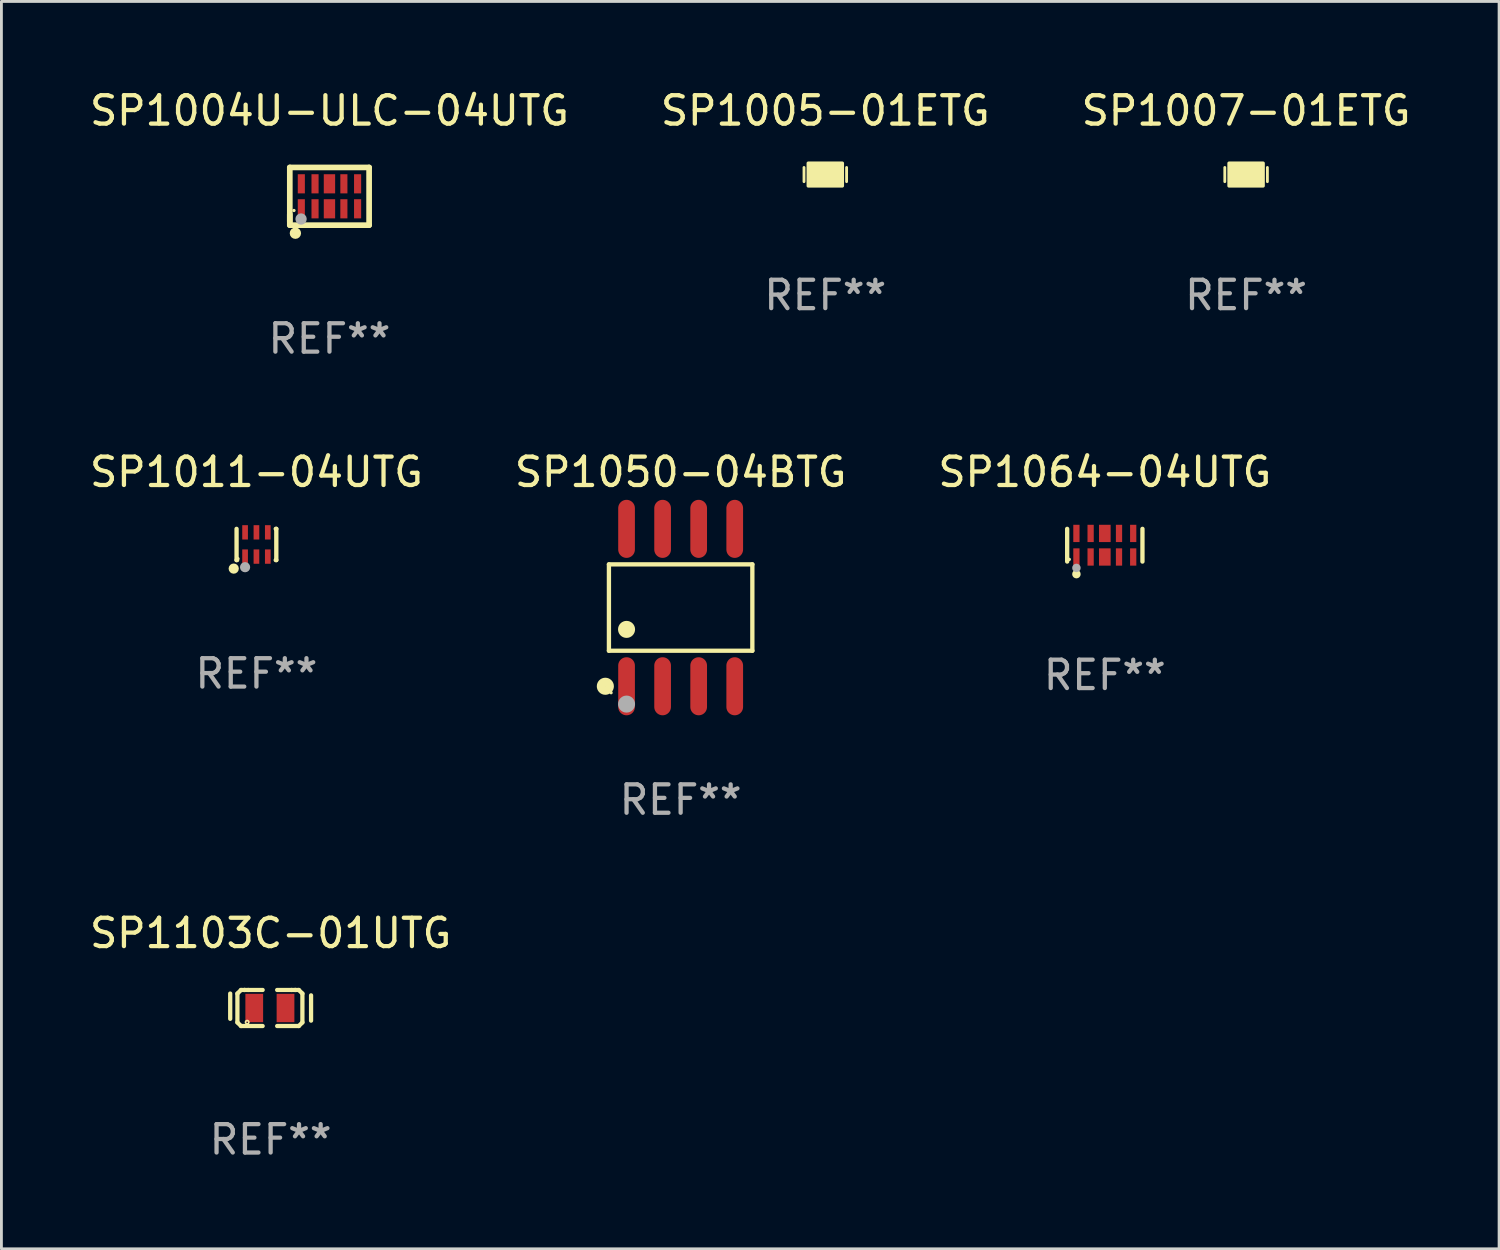
<source format=kicad_pcb>
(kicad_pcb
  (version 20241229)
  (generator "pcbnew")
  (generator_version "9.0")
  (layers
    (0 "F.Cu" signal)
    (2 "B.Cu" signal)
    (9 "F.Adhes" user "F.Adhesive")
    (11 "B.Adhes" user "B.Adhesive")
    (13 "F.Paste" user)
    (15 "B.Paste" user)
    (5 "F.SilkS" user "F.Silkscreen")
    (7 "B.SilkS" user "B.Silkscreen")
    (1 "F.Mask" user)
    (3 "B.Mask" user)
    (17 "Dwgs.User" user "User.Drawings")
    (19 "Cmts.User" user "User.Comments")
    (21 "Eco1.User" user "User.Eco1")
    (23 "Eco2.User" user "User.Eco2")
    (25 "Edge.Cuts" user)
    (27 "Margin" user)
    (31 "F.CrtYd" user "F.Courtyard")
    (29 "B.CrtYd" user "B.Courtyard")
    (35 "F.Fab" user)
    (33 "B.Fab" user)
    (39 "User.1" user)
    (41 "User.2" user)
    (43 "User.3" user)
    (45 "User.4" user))
  (footprint "SP1064-04UTG"
    (layer "F.Cu")
    (at 35.863 16.153)
    (property "Reference" "SP1064-04UTG" (at 0 -2.576 0) (layer "F.SilkS") (effects (font (size 1 1) (thickness 0.15))))
    (attr through_hole)
    (fp_line (start -1.326 0.576) (end -1.326 -0.576) (stroke (width 0.152) (type solid)) (layer "F.SilkS"))
    (fp_line (start 1.326 0.576) (end 1.326 -0.576) (stroke (width 0.152) (type solid)) (layer "F.SilkS"))
    (fp_circle (center -1.25 0.5) (end -1.22 0.5) (stroke (width 0.06) (type solid)) (fill no) (layer "F.SilkS"))
    (fp_circle (center -1 1.019) (end -0.925 1.019) (stroke (width 0.15) (type solid)) (fill no) (layer "F.SilkS"))
    (fp_circle (center -1 0.8) (end -0.925 0.8) (stroke (width 0.15) (type solid)) (fill no) (layer "F.Fab"))
    (fp_text user "REF**" (at 0 4.576 0) (layer "F.Fab") (effects (font (size 1 1) (thickness 0.15))))
    (pad "1" smd rect (at -1 0.415) (size 0.22 0.609) (layers "F.Cu" "F.Mask" "F.Paste"))
    (pad "2" smd rect (at -0.5 0.415) (size 0.22 0.609) (layers "F.Cu" "F.Mask" "F.Paste"))
    (pad "3" smd rect (at 0 0.415) (size 0.41 0.609) (layers "F.Cu" "F.Mask" "F.Paste"))
    (pad "4" smd rect (at 0.5 0.415) (size 0.22 0.609) (layers "F.Cu" "F.Mask" "F.Paste"))
    (pad "5" smd rect (at 1 0.415) (size 0.22 0.609) (layers "F.Cu" "F.Mask" "F.Paste"))
    (pad "6" smd rect (at 1 -0.415) (size 0.22 0.609) (layers "F.Cu" "F.Mask" "F.Paste"))
    (pad "7" smd rect (at 0.5 -0.415) (size 0.22 0.609) (layers "F.Cu" "F.Mask" "F.Paste"))
    (pad "8" smd rect (at 0 -0.415) (size 0.41 0.609) (layers "F.Cu" "F.Mask" "F.Paste"))
    (pad "9" smd rect (at -0.5 -0.415) (size 0.22 0.609) (layers "F.Cu" "F.Mask" "F.Paste"))
    (pad "10" smd rect (at -1 -0.415) (size 0.22 0.609) (layers "F.Cu" "F.Mask" "F.Paste")))
  (footprint "SP1005-01ETG"
    (layer "F.Cu")
    (at 26.018 3.098)
    (property "Reference" "SP1005-01ETG" (at 0 -2.25 0) (layer "F.SilkS") (effects (font (size 1 1) (thickness 0.15))))
    (attr through_hole)
    (fp_line (start -0.75 0.25) (end -0.75 -0.25) (stroke (width 0.1) (type solid)) (layer "F.SilkS"))
    (fp_line (start 0.75 -0.25) (end 0.75 0.25) (stroke (width 0.1) (type solid)) (layer "F.SilkS"))
    (fp_circle (center -0.5 0.3) (end -0.47 0.3) (stroke (width 0.06) (type solid)) (fill no) (layer "F.SilkS"))
    (fp_poly (pts (xy -0.6 -0.4) (xy 0.6 -0.4) (xy 0.6 0.4) (xy -0.6 0.4)) (stroke (width 0.12) (type solid)) (fill yes) (layer "F.SilkS"))
    (fp_text user "REF**" (at 0 4.25 0) (layer "F.Fab") (effects (font (size 1 1) (thickness 0.15))))
    (pad "1" smd rect (at -0.325 -0.000013) (size 0.3 0.6) (layers "F.Cu" "F.Mask" "F.Paste"))
    (pad "2" smd rect (at 0.325 -0.000013) (size 0.3 0.6) (layers "F.Cu" "F.Mask" "F.Paste")))
  (footprint "SP1007-01ETG"
    (layer "F.Cu")
    (at 40.839 3.098)
    (property "Reference" "SP1007-01ETG" (at 0 -2.25 0) (layer "F.SilkS") (effects (font (size 1 1) (thickness 0.15))))
    (attr through_hole)
    (fp_line (start -0.75 0.25) (end -0.75 -0.25) (stroke (width 0.1) (type solid)) (layer "F.SilkS"))
    (fp_line (start 0.75 -0.25) (end 0.75 0.25) (stroke (width 0.1) (type solid)) (layer "F.SilkS"))
    (fp_circle (center -0.5 0.3) (end -0.47 0.3) (stroke (width 0.06) (type solid)) (fill no) (layer "F.SilkS"))
    (fp_poly (pts (xy -0.6 -0.4) (xy 0.6 -0.4) (xy 0.6 0.4) (xy -0.6 0.4)) (stroke (width 0.12) (type solid)) (fill yes) (layer "F.SilkS"))
    (fp_text user "REF**" (at 0 4.25 0) (layer "F.Fab") (effects (font (size 1 1) (thickness 0.15))))
    (pad "1" smd rect (at -0.325 -0.000013) (size 0.3 0.6) (layers "F.Cu" "F.Mask" "F.Paste"))
    (pad "2" smd rect (at 0.325 -0.000013) (size 0.3 0.6) (layers "F.Cu" "F.Mask" "F.Paste")))
  (footprint "SP1050-04BTG"
    (layer "F.Cu")
    (at 20.923 18.349)
    (property "Reference" "SP1050-04BTG" (at 0 -4.772 0) (layer "F.SilkS") (effects (font (size 1 1) (thickness 0.15))))
    (attr through_hole)
    (fp_line (start -2.526 -1.521) (end 2.526 -1.521) (stroke (width 0.152) (type solid)) (layer "F.SilkS"))
    (fp_line (start -2.526 1.521) (end -2.526 -1.521) (stroke (width 0.152) (type solid)) (layer "F.SilkS"))
    (fp_line (start 2.526 -1.521) (end 2.526 1.521) (stroke (width 0.152) (type solid)) (layer "F.SilkS"))
    (fp_line (start 2.526 1.521) (end -2.526 1.521) (stroke (width 0.152) (type solid)) (layer "F.SilkS"))
    (fp_circle (center -2.652 2.772) (end -2.501 2.772) (stroke (width 0.3) (type solid)) (fill no) (layer "F.SilkS"))
    (fp_circle (center -2.45 3) (end -2.42 3) (stroke (width 0.06) (type solid)) (fill no) (layer "F.SilkS"))
    (fp_circle (center -1.905 0.769) (end -1.755 0.769) (stroke (width 0.3) (type solid)) (fill no) (layer "F.SilkS"))
    (fp_circle (center -1.905 3.4) (end -1.755 3.4) (stroke (width 0.3) (type solid)) (fill no) (layer "F.Fab"))
    (fp_text user "REF**" (at 0 6.772 0) (layer "F.Fab") (effects (font (size 1 1) (thickness 0.15))))
    (pad "1" smd oval (at -1.905 2.772) (size 0.588 2.045) (layers "F.Cu" "F.Mask" "F.Paste"))
    (pad "2" smd oval (at -0.635 2.772) (size 0.588 2.045) (layers "F.Cu" "F.Mask" "F.Paste"))
    (pad "3" smd oval (at 0.635 2.772) (size 0.588 2.045) (layers "F.Cu" "F.Mask" "F.Paste"))
    (pad "4" smd oval (at 1.905 2.772) (size 0.588 2.045) (layers "F.Cu" "F.Mask" "F.Paste"))
    (pad "5" smd oval (at 1.905 -2.772) (size 0.588 2.045) (layers "F.Cu" "F.Mask" "F.Paste"))
    (pad "6" smd oval (at 0.635 -2.772) (size 0.588 2.045) (layers "F.Cu" "F.Mask" "F.Paste"))
    (pad "7" smd oval (at -0.635 -2.772) (size 0.588 2.045) (layers "F.Cu" "F.Mask" "F.Paste"))
    (pad "8" smd oval (at -1.905 -2.772) (size 0.588 2.045) (layers "F.Cu" "F.Mask" "F.Paste")))
  (footprint "SP1011-04UTG"
    (layer "F.Cu")
    (at 5.982 16.127)
    (property "Reference" "SP1011-04UTG" (at 0 -2.55 0) (layer "F.SilkS") (effects (font (size 1 1) (thickness 0.15))))
    (attr through_hole)
    (fp_line (start -0.7 -0.55) (end -0.7 0.55) (stroke (width 0.152) (type solid)) (layer "F.SilkS"))
    (fp_line (start -0.7 0.55) (end -0.68 0.55) (stroke (width 0.152) (type solid)) (layer "F.SilkS"))
    (fp_line (start 0.68 0.55) (end 0.7 0.55) (stroke (width 0.152) (type solid)) (layer "F.SilkS"))
    (fp_line (start 0.7 -0.55) (end 0.68 -0.55) (stroke (width 0.152) (type solid)) (layer "F.SilkS"))
    (fp_line (start 0.7 0.55) (end 0.7 -0.55) (stroke (width 0.152) (type solid)) (layer "F.SilkS"))
    (fp_circle (center -0.8 0.85) (end -0.71 0.85) (stroke (width 0.18) (type solid)) (fill no) (layer "F.SilkS"))
    (fp_circle (center -0.65 0.5) (end -0.62 0.5) (stroke (width 0.06) (type solid)) (fill no) (layer "F.SilkS"))
    (fp_circle (center -0.4 0.8) (end -0.31 0.8) (stroke (width 0.18) (type solid)) (fill no) (layer "F.Fab"))
    (fp_text user "REF**" (at 0 4.55 0) (layer "F.Fab") (effects (font (size 1 1) (thickness 0.15))))
    (pad "1" smd rect (at -0.4 0.427) (size 0.2 0.505) (layers "F.Cu" "F.Mask" "F.Paste"))
    (pad "2" smd rect (at 0 0.427) (size 0.2 0.505) (layers "F.Cu" "F.Mask" "F.Paste"))
    (pad "3" smd rect (at 0.4 0.427) (size 0.2 0.505) (layers "F.Cu" "F.Mask" "F.Paste"))
    (pad "4" smd rect (at 0.4 -0.427) (size 0.2 0.505) (layers "F.Cu" "F.Mask" "F.Paste"))
    (pad "5" smd rect (at 0 -0.427) (size 0.2 0.505) (layers "F.Cu" "F.Mask" "F.Paste"))
    (pad "6" smd rect (at -0.4 -0.427) (size 0.2 0.505) (layers "F.Cu" "F.Mask" "F.Paste")))
  (footprint "SP1004U-ULC-04UTG"
    (layer "F.Cu")
    (at 8.554 3.864)
    (property "Reference" "SP1004U-ULC-04UTG" (at 0 -3.016 0) (layer "F.SilkS") (effects (font (size 1 1) (thickness 0.15))))
    (attr through_hole)
    (fp_line (start -1.397 -1.016) (end 1.397 -1.016) (stroke (width 0.2) (type solid)) (layer "F.SilkS"))
    (fp_line (start -1.397 0.889) (end -1.397 -1.016) (stroke (width 0.2) (type solid)) (layer "F.SilkS"))
    (fp_line (start -1.397 1.016) (end -1.397 0.635) (stroke (width 0.2) (type solid)) (layer "F.SilkS"))
    (fp_line (start 1.397 -1.016) (end 1.397 1.016) (stroke (width 0.2) (type solid)) (layer "F.SilkS"))
    (fp_line (start 1.397 1.016) (end -1.397 1.016) (stroke (width 0.2) (type solid)) (layer "F.SilkS"))
    (fp_circle (center -1.25 0.5) (end -1.22 0.5) (stroke (width 0.06) (type solid)) (fill no) (layer "F.SilkS"))
    (fp_circle (center -1.2 1.3) (end -1.1 1.3) (stroke (width 0.2) (type solid)) (fill no) (layer "F.SilkS"))
    (fp_circle (center -1 0.8) (end -0.9 0.8) (stroke (width 0.2) (type solid)) (fill no) (layer "F.Fab"))
    (fp_text user "REF**" (at 0 5.016 0) (layer "F.Fab") (effects (font (size 1 1) (thickness 0.15))))
    (pad "1" smd rect (at -0.991 0.44) (size 0.25 0.675) (layers "F.Cu" "F.Mask" "F.Paste"))
    (pad "2" smd rect (at -0.508 0.44) (size 0.25 0.675) (layers "F.Cu" "F.Mask" "F.Paste"))
    (pad "3" smd rect (at -0.000102 0.44) (size 0.4 0.675) (layers "F.Cu" "F.Mask" "F.Paste"))
    (pad "4" smd rect (at 0.508 0.44) (size 0.25 0.675) (layers "F.Cu" "F.Mask" "F.Paste"))
    (pad "5" smd rect (at 0.991 0.44) (size 0.25 0.675) (layers "F.Cu" "F.Mask" "F.Paste"))
    (pad "6" smd rect (at 0.991 -0.44) (size 0.25 0.675) (layers "F.Cu" "F.Mask" "F.Paste"))
    (pad "7" smd rect (at 0.508 -0.44) (size 0.25 0.675) (layers "F.Cu" "F.Mask" "F.Paste"))
    (pad "8" smd rect (at -0.000102 -0.44) (size 0.4 0.675) (layers "F.Cu" "F.Mask" "F.Paste"))
    (pad "9" smd rect (at -0.508 -0.44) (size 0.25 0.675) (layers "F.Cu" "F.Mask" "F.Paste"))
    (pad "10" smd rect (at -0.991 -0.44) (size 0.25 0.675) (layers "F.Cu" "F.Mask" "F.Paste")))
  (footprint "SP1103C-01UTG"
    (layer "F.Cu")
    (at 6.482 32.453)
    (property "Reference" "SP1103C-01UTG" (at 0 -2.635 0) (layer "F.SilkS") (effects (font (size 1 1) (thickness 0.15))))
    (attr through_hole)
    (fp_line (start -1.424 -0.508) (end -1.424 0.381) (stroke (width 0.15) (type solid)) (layer "F.SilkS"))
    (fp_line (start -1.17 -0.508) (end -1.17 0.508) (stroke (width 0.15) (type solid)) (layer "F.SilkS"))
    (fp_line (start -1.17 0.508) (end -1.043 0.635) (stroke (width 0.15) (type solid)) (layer "F.SilkS"))
    (fp_line (start -1.043 -0.635) (end -1.17 -0.508) (stroke (width 0.15) (type solid)) (layer "F.SilkS"))
    (fp_line (start -1.043 0.635) (end -0.281 0.635) (stroke (width 0.15) (type solid)) (layer "F.SilkS"))
    (fp_line (start -0.916 -0.635) (end -1.043 -0.635) (stroke (width 0.15) (type solid)) (layer "F.SilkS"))
    (fp_line (start -0.916 -0.635) (end -0.916 -0.635) (stroke (width 0.15) (type solid)) (layer "F.SilkS"))
    (fp_line (start -0.789 -0.635) (end -0.916 -0.635) (stroke (width 0.15) (type solid)) (layer "F.SilkS"))
    (fp_line (start -0.281 -0.635) (end -0.789 -0.635) (stroke (width 0.15) (type solid)) (layer "F.SilkS"))
    (fp_line (start 0.23 -0.635) (end 0.738 -0.635) (stroke (width 0.15) (type solid)) (layer "F.SilkS"))
    (fp_line (start 0.738 -0.635) (end 0.865 -0.635) (stroke (width 0.15) (type solid)) (layer "F.SilkS"))
    (fp_line (start 0.865 -0.635) (end 0.865 -0.635) (stroke (width 0.15) (type solid)) (layer "F.SilkS"))
    (fp_line (start 0.865 -0.635) (end 0.992 -0.635) (stroke (width 0.15) (type solid)) (layer "F.SilkS"))
    (fp_line (start 0.992 -0.635) (end 1.119 -0.508) (stroke (width 0.15) (type solid)) (layer "F.SilkS"))
    (fp_line (start 0.992 0.635) (end 0.23 0.635) (stroke (width 0.15) (type solid)) (layer "F.SilkS"))
    (fp_line (start 1.119 -0.508) (end 1.119 0.508) (stroke (width 0.15) (type solid)) (layer "F.SilkS"))
    (fp_line (start 1.119 0.508) (end 0.992 0.635) (stroke (width 0.15) (type solid)) (layer "F.SilkS"))
    (fp_line (start 1.424 -0.445) (end 1.424 0.445) (stroke (width 0.15) (type solid)) (layer "F.SilkS"))
    (fp_circle (center -0.826 0.5) (end -0.797 0.5) (stroke (width 0.06) (type solid)) (fill no) (layer "F.SilkS"))
    (fp_text user "REF**" (at 0 4.635 0) (layer "F.Fab") (effects (font (size 1 1) (thickness 0.15))))
    (pad "1" smd rect (at -0.577 0) (size 0.625 1) (layers "F.Cu" "F.Mask" "F.Paste"))
    (pad "2" smd rect (at 0.524 0) (size 0.625 1) (layers "F.Cu" "F.Mask" "F.Paste")))
  (gr_rect
    (start -3 -3)
    (end 49.75 40.936)
    (stroke (width 0.1) (type default))
    (fill no)
    (layer "Edge.Cuts")))
</source>
